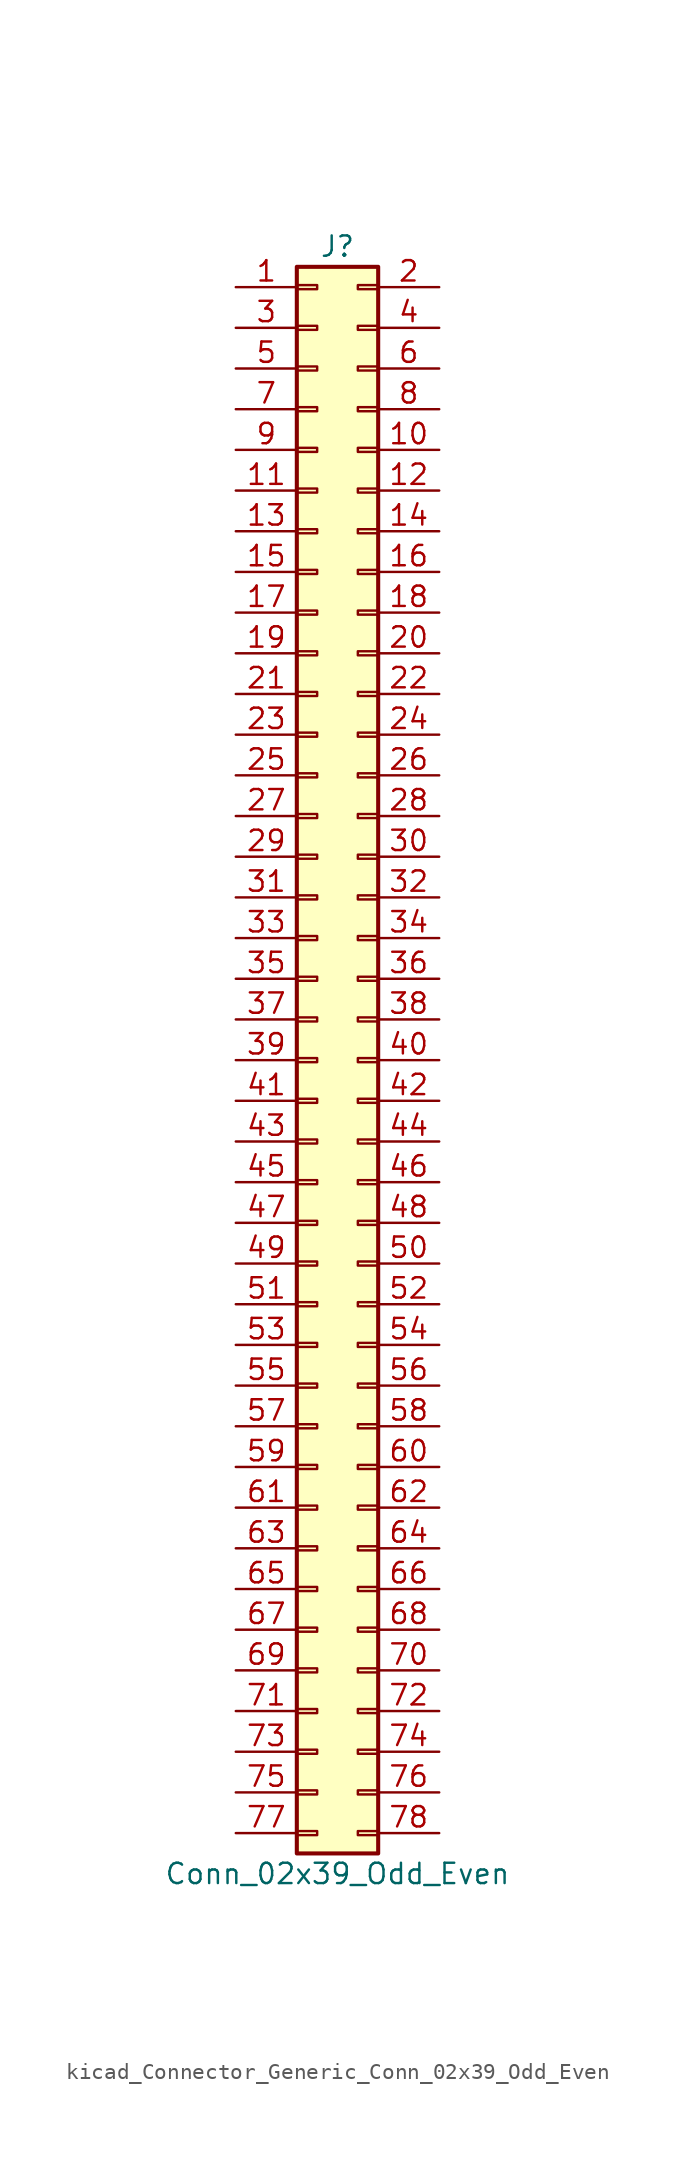
<source format=kicad_sym>
(kicad_symbol_lib
  (version 20220914)
  (generator kicad_symbol_editor)
  (symbol "kicad_Connector_Generic_Conn_02x39_Odd_Even"
    (pin_names
      (offset 1.016) hide)
    (property "Reference" "J"
      (at 1.27 50.8 0)
      (effects (font (size 1.27 1.27))))
    (property "Value" "Conn_02x39_Odd_Even"
      (at 1.27 -50.8 0)
      (effects (font (size 1.27 1.27))))
    (symbol "kicad_Connector_Generic_Conn_02x39_Odd_Even_1_1"
      (rectangle (start -1.27 -48.133) (end 0 -48.387) (stroke (width 0.152) (type default)) (fill (type none)))
      (rectangle (start -1.27 -45.593) (end 0 -45.847) (stroke (width 0.152) (type default)) (fill (type none)))
      (rectangle (start -1.27 -43.053) (end 0 -43.307) (stroke (width 0.152) (type default)) (fill (type none)))
      (rectangle (start -1.27 -40.513) (end 0 -40.767) (stroke (width 0.152) (type default)) (fill (type none)))
      (rectangle (start -1.27 -37.973) (end 0 -38.227) (stroke (width 0.152) (type default)) (fill (type none)))
      (rectangle (start -1.27 -35.433) (end 0 -35.687) (stroke (width 0.152) (type default)) (fill (type none)))
      (rectangle (start -1.27 -32.893) (end 0 -33.147) (stroke (width 0.152) (type default)) (fill (type none)))
      (rectangle (start -1.27 -30.353) (end 0 -30.607) (stroke (width 0.152) (type default)) (fill (type none)))
      (rectangle (start -1.27 -27.813) (end 0 -28.067) (stroke (width 0.152) (type default)) (fill (type none)))
      (rectangle (start -1.27 -25.273) (end 0 -25.527) (stroke (width 0.152) (type default)) (fill (type none)))
      (rectangle (start -1.27 -22.733) (end 0 -22.987) (stroke (width 0.152) (type default)) (fill (type none)))
      (rectangle (start -1.27 -20.193) (end 0 -20.447) (stroke (width 0.152) (type default)) (fill (type none)))
      (rectangle (start -1.27 -17.653) (end 0 -17.907) (stroke (width 0.152) (type default)) (fill (type none)))
      (rectangle (start -1.27 -15.113) (end 0 -15.367) (stroke (width 0.152) (type default)) (fill (type none)))
      (rectangle (start -1.27 -12.573) (end 0 -12.827) (stroke (width 0.152) (type default)) (fill (type none)))
      (rectangle (start -1.27 -10.033) (end 0 -10.287) (stroke (width 0.152) (type default)) (fill (type none)))
      (rectangle (start -1.27 -7.493) (end 0 -7.747) (stroke (width 0.152) (type default)) (fill (type none)))
      (rectangle (start -1.27 -4.953) (end 0 -5.207) (stroke (width 0.152) (type default)) (fill (type none)))
      (rectangle (start -1.27 -2.413) (end 0 -2.667) (stroke (width 0.152) (type default)) (fill (type none)))
      (rectangle (start -1.27 0.127) (end 0 -0.127) (stroke (width 0.152) (type default)) (fill (type none)))
      (rectangle (start -1.27 2.667) (end 0 2.413) (stroke (width 0.152) (type default)) (fill (type none)))
      (rectangle (start -1.27 5.207) (end 0 4.953) (stroke (width 0.152) (type default)) (fill (type none)))
      (rectangle (start -1.27 7.747) (end 0 7.493) (stroke (width 0.152) (type default)) (fill (type none)))
      (rectangle (start -1.27 10.287) (end 0 10.033) (stroke (width 0.152) (type default)) (fill (type none)))
      (rectangle (start -1.27 12.827) (end 0 12.573) (stroke (width 0.152) (type default)) (fill (type none)))
      (rectangle (start -1.27 15.367) (end 0 15.113) (stroke (width 0.152) (type default)) (fill (type none)))
      (rectangle (start -1.27 17.907) (end 0 17.653) (stroke (width 0.152) (type default)) (fill (type none)))
      (rectangle (start -1.27 20.447) (end 0 20.193) (stroke (width 0.152) (type default)) (fill (type none)))
      (rectangle (start -1.27 22.987) (end 0 22.733) (stroke (width 0.152) (type default)) (fill (type none)))
      (rectangle (start -1.27 25.527) (end 0 25.273) (stroke (width 0.152) (type default)) (fill (type none)))
      (rectangle (start -1.27 28.067) (end 0 27.813) (stroke (width 0.152) (type default)) (fill (type none)))
      (rectangle (start -1.27 30.607) (end 0 30.353) (stroke (width 0.152) (type default)) (fill (type none)))
      (rectangle (start -1.27 33.147) (end 0 32.893) (stroke (width 0.152) (type default)) (fill (type none)))
      (rectangle (start -1.27 35.687) (end 0 35.433) (stroke (width 0.152) (type default)) (fill (type none)))
      (rectangle (start -1.27 38.227) (end 0 37.973) (stroke (width 0.152) (type default)) (fill (type none)))
      (rectangle (start -1.27 40.767) (end 0 40.513) (stroke (width 0.152) (type default)) (fill (type none)))
      (rectangle (start -1.27 43.307) (end 0 43.053) (stroke (width 0.152) (type default)) (fill (type none)))
      (rectangle (start -1.27 45.847) (end 0 45.593) (stroke (width 0.152) (type default)) (fill (type none)))
      (rectangle (start -1.27 48.387) (end 0 48.133) (stroke (width 0.152) (type default)) (fill (type none)))
      (rectangle (start -1.27 49.53) (end 3.81 -49.53) (stroke (width 0.254) (type default)) (fill (type background)))
      (rectangle (start 3.81 -48.133) (end 2.54 -48.387) (stroke (width 0.152) (type default)) (fill (type none)))
      (rectangle (start 3.81 -45.593) (end 2.54 -45.847) (stroke (width 0.152) (type default)) (fill (type none)))
      (rectangle (start 3.81 -43.053) (end 2.54 -43.307) (stroke (width 0.152) (type default)) (fill (type none)))
      (rectangle (start 3.81 -40.513) (end 2.54 -40.767) (stroke (width 0.152) (type default)) (fill (type none)))
      (rectangle (start 3.81 -37.973) (end 2.54 -38.227) (stroke (width 0.152) (type default)) (fill (type none)))
      (rectangle (start 3.81 -35.433) (end 2.54 -35.687) (stroke (width 0.152) (type default)) (fill (type none)))
      (rectangle (start 3.81 -32.893) (end 2.54 -33.147) (stroke (width 0.152) (type default)) (fill (type none)))
      (rectangle (start 3.81 -30.353) (end 2.54 -30.607) (stroke (width 0.152) (type default)) (fill (type none)))
      (rectangle (start 3.81 -27.813) (end 2.54 -28.067) (stroke (width 0.152) (type default)) (fill (type none)))
      (rectangle (start 3.81 -25.273) (end 2.54 -25.527) (stroke (width 0.152) (type default)) (fill (type none)))
      (rectangle (start 3.81 -22.733) (end 2.54 -22.987) (stroke (width 0.152) (type default)) (fill (type none)))
      (rectangle (start 3.81 -20.193) (end 2.54 -20.447) (stroke (width 0.152) (type default)) (fill (type none)))
      (rectangle (start 3.81 -17.653) (end 2.54 -17.907) (stroke (width 0.152) (type default)) (fill (type none)))
      (rectangle (start 3.81 -15.113) (end 2.54 -15.367) (stroke (width 0.152) (type default)) (fill (type none)))
      (rectangle (start 3.81 -12.573) (end 2.54 -12.827) (stroke (width 0.152) (type default)) (fill (type none)))
      (rectangle (start 3.81 -10.033) (end 2.54 -10.287) (stroke (width 0.152) (type default)) (fill (type none)))
      (rectangle (start 3.81 -7.493) (end 2.54 -7.747) (stroke (width 0.152) (type default)) (fill (type none)))
      (rectangle (start 3.81 -4.953) (end 2.54 -5.207) (stroke (width 0.152) (type default)) (fill (type none)))
      (rectangle (start 3.81 -2.413) (end 2.54 -2.667) (stroke (width 0.152) (type default)) (fill (type none)))
      (rectangle (start 3.81 0.127) (end 2.54 -0.127) (stroke (width 0.152) (type default)) (fill (type none)))
      (rectangle (start 3.81 2.667) (end 2.54 2.413) (stroke (width 0.152) (type default)) (fill (type none)))
      (rectangle (start 3.81 5.207) (end 2.54 4.953) (stroke (width 0.152) (type default)) (fill (type none)))
      (rectangle (start 3.81 7.747) (end 2.54 7.493) (stroke (width 0.152) (type default)) (fill (type none)))
      (rectangle (start 3.81 10.287) (end 2.54 10.033) (stroke (width 0.152) (type default)) (fill (type none)))
      (rectangle (start 3.81 12.827) (end 2.54 12.573) (stroke (width 0.152) (type default)) (fill (type none)))
      (rectangle (start 3.81 15.367) (end 2.54 15.113) (stroke (width 0.152) (type default)) (fill (type none)))
      (rectangle (start 3.81 17.907) (end 2.54 17.653) (stroke (width 0.152) (type default)) (fill (type none)))
      (rectangle (start 3.81 20.447) (end 2.54 20.193) (stroke (width 0.152) (type default)) (fill (type none)))
      (rectangle (start 3.81 22.987) (end 2.54 22.733) (stroke (width 0.152) (type default)) (fill (type none)))
      (rectangle (start 3.81 25.527) (end 2.54 25.273) (stroke (width 0.152) (type default)) (fill (type none)))
      (rectangle (start 3.81 28.067) (end 2.54 27.813) (stroke (width 0.152) (type default)) (fill (type none)))
      (rectangle (start 3.81 30.607) (end 2.54 30.353) (stroke (width 0.152) (type default)) (fill (type none)))
      (rectangle (start 3.81 33.147) (end 2.54 32.893) (stroke (width 0.152) (type default)) (fill (type none)))
      (rectangle (start 3.81 35.687) (end 2.54 35.433) (stroke (width 0.152) (type default)) (fill (type none)))
      (rectangle (start 3.81 38.227) (end 2.54 37.973) (stroke (width 0.152) (type default)) (fill (type none)))
      (rectangle (start 3.81 40.767) (end 2.54 40.513) (stroke (width 0.152) (type default)) (fill (type none)))
      (rectangle (start 3.81 43.307) (end 2.54 43.053) (stroke (width 0.152) (type default)) (fill (type none)))
      (rectangle (start 3.81 45.847) (end 2.54 45.593) (stroke (width 0.152) (type default)) (fill (type none)))
      (rectangle (start 3.81 48.387) (end 2.54 48.133) (stroke (width 0.152) (type default)) (fill (type none)))
      (pin passive line (at -5.08 48.26 0) (length 3.81) (name "Pin_1" (effects (font (size 1.27 1.27)))) (number "1" (effects (font (size 1.27 1.27)))))
      (pin passive line (at 7.62 38.1 180) (length 3.81) (name "Pin_10" (effects (font (size 1.27 1.27)))) (number "10" (effects (font (size 1.27 1.27)))))
      (pin passive line (at -5.08 35.56 0) (length 3.81) (name "Pin_11" (effects (font (size 1.27 1.27)))) (number "11" (effects (font (size 1.27 1.27)))))
      (pin passive line (at 7.62 35.56 180) (length 3.81) (name "Pin_12" (effects (font (size 1.27 1.27)))) (number "12" (effects (font (size 1.27 1.27)))))
      (pin passive line (at -5.08 33.02 0) (length 3.81) (name "Pin_13" (effects (font (size 1.27 1.27)))) (number "13" (effects (font (size 1.27 1.27)))))
      (pin passive line (at 7.62 33.02 180) (length 3.81) (name "Pin_14" (effects (font (size 1.27 1.27)))) (number "14" (effects (font (size 1.27 1.27)))))
      (pin passive line (at -5.08 30.48 0) (length 3.81) (name "Pin_15" (effects (font (size 1.27 1.27)))) (number "15" (effects (font (size 1.27 1.27)))))
      (pin passive line (at 7.62 30.48 180) (length 3.81) (name "Pin_16" (effects (font (size 1.27 1.27)))) (number "16" (effects (font (size 1.27 1.27)))))
      (pin passive line (at -5.08 27.94 0) (length 3.81) (name "Pin_17" (effects (font (size 1.27 1.27)))) (number "17" (effects (font (size 1.27 1.27)))))
      (pin passive line (at 7.62 27.94 180) (length 3.81) (name "Pin_18" (effects (font (size 1.27 1.27)))) (number "18" (effects (font (size 1.27 1.27)))))
      (pin passive line (at -5.08 25.4 0) (length 3.81) (name "Pin_19" (effects (font (size 1.27 1.27)))) (number "19" (effects (font (size 1.27 1.27)))))
      (pin passive line (at 7.62 48.26 180) (length 3.81) (name "Pin_2" (effects (font (size 1.27 1.27)))) (number "2" (effects (font (size 1.27 1.27)))))
      (pin passive line (at 7.62 25.4 180) (length 3.81) (name "Pin_20" (effects (font (size 1.27 1.27)))) (number "20" (effects (font (size 1.27 1.27)))))
      (pin passive line (at -5.08 22.86 0) (length 3.81) (name "Pin_21" (effects (font (size 1.27 1.27)))) (number "21" (effects (font (size 1.27 1.27)))))
      (pin passive line (at 7.62 22.86 180) (length 3.81) (name "Pin_22" (effects (font (size 1.27 1.27)))) (number "22" (effects (font (size 1.27 1.27)))))
      (pin passive line (at -5.08 20.32 0) (length 3.81) (name "Pin_23" (effects (font (size 1.27 1.27)))) (number "23" (effects (font (size 1.27 1.27)))))
      (pin passive line (at 7.62 20.32 180) (length 3.81) (name "Pin_24" (effects (font (size 1.27 1.27)))) (number "24" (effects (font (size 1.27 1.27)))))
      (pin passive line (at -5.08 17.78 0) (length 3.81) (name "Pin_25" (effects (font (size 1.27 1.27)))) (number "25" (effects (font (size 1.27 1.27)))))
      (pin passive line (at 7.62 17.78 180) (length 3.81) (name "Pin_26" (effects (font (size 1.27 1.27)))) (number "26" (effects (font (size 1.27 1.27)))))
      (pin passive line (at -5.08 15.24 0) (length 3.81) (name "Pin_27" (effects (font (size 1.27 1.27)))) (number "27" (effects (font (size 1.27 1.27)))))
      (pin passive line (at 7.62 15.24 180) (length 3.81) (name "Pin_28" (effects (font (size 1.27 1.27)))) (number "28" (effects (font (size 1.27 1.27)))))
      (pin passive line (at -5.08 12.7 0) (length 3.81) (name "Pin_29" (effects (font (size 1.27 1.27)))) (number "29" (effects (font (size 1.27 1.27)))))
      (pin passive line (at -5.08 45.72 0) (length 3.81) (name "Pin_3" (effects (font (size 1.27 1.27)))) (number "3" (effects (font (size 1.27 1.27)))))
      (pin passive line (at 7.62 12.7 180) (length 3.81) (name "Pin_30" (effects (font (size 1.27 1.27)))) (number "30" (effects (font (size 1.27 1.27)))))
      (pin passive line (at -5.08 10.16 0) (length 3.81) (name "Pin_31" (effects (font (size 1.27 1.27)))) (number "31" (effects (font (size 1.27 1.27)))))
      (pin passive line (at 7.62 10.16 180) (length 3.81) (name "Pin_32" (effects (font (size 1.27 1.27)))) (number "32" (effects (font (size 1.27 1.27)))))
      (pin passive line (at -5.08 7.62 0) (length 3.81) (name "Pin_33" (effects (font (size 1.27 1.27)))) (number "33" (effects (font (size 1.27 1.27)))))
      (pin passive line (at 7.62 7.62 180) (length 3.81) (name "Pin_34" (effects (font (size 1.27 1.27)))) (number "34" (effects (font (size 1.27 1.27)))))
      (pin passive line (at -5.08 5.08 0) (length 3.81) (name "Pin_35" (effects (font (size 1.27 1.27)))) (number "35" (effects (font (size 1.27 1.27)))))
      (pin passive line (at 7.62 5.08 180) (length 3.81) (name "Pin_36" (effects (font (size 1.27 1.27)))) (number "36" (effects (font (size 1.27 1.27)))))
      (pin passive line (at -5.08 2.54 0) (length 3.81) (name "Pin_37" (effects (font (size 1.27 1.27)))) (number "37" (effects (font (size 1.27 1.27)))))
      (pin passive line (at 7.62 2.54 180) (length 3.81) (name "Pin_38" (effects (font (size 1.27 1.27)))) (number "38" (effects (font (size 1.27 1.27)))))
      (pin passive line (at -5.08 0 0) (length 3.81) (name "Pin_39" (effects (font (size 1.27 1.27)))) (number "39" (effects (font (size 1.27 1.27)))))
      (pin passive line (at 7.62 45.72 180) (length 3.81) (name "Pin_4" (effects (font (size 1.27 1.27)))) (number "4" (effects (font (size 1.27 1.27)))))
      (pin passive line (at 7.62 0 180) (length 3.81) (name "Pin_40" (effects (font (size 1.27 1.27)))) (number "40" (effects (font (size 1.27 1.27)))))
      (pin passive line (at -5.08 -2.54 0) (length 3.81) (name "Pin_41" (effects (font (size 1.27 1.27)))) (number "41" (effects (font (size 1.27 1.27)))))
      (pin passive line (at 7.62 -2.54 180) (length 3.81) (name "Pin_42" (effects (font (size 1.27 1.27)))) (number "42" (effects (font (size 1.27 1.27)))))
      (pin passive line (at -5.08 -5.08 0) (length 3.81) (name "Pin_43" (effects (font (size 1.27 1.27)))) (number "43" (effects (font (size 1.27 1.27)))))
      (pin passive line (at 7.62 -5.08 180) (length 3.81) (name "Pin_44" (effects (font (size 1.27 1.27)))) (number "44" (effects (font (size 1.27 1.27)))))
      (pin passive line (at -5.08 -7.62 0) (length 3.81) (name "Pin_45" (effects (font (size 1.27 1.27)))) (number "45" (effects (font (size 1.27 1.27)))))
      (pin passive line (at 7.62 -7.62 180) (length 3.81) (name "Pin_46" (effects (font (size 1.27 1.27)))) (number "46" (effects (font (size 1.27 1.27)))))
      (pin passive line (at -5.08 -10.16 0) (length 3.81) (name "Pin_47" (effects (font (size 1.27 1.27)))) (number "47" (effects (font (size 1.27 1.27)))))
      (pin passive line (at 7.62 -10.16 180) (length 3.81) (name "Pin_48" (effects (font (size 1.27 1.27)))) (number "48" (effects (font (size 1.27 1.27)))))
      (pin passive line (at -5.08 -12.7 0) (length 3.81) (name "Pin_49" (effects (font (size 1.27 1.27)))) (number "49" (effects (font (size 1.27 1.27)))))
      (pin passive line (at -5.08 43.18 0) (length 3.81) (name "Pin_5" (effects (font (size 1.27 1.27)))) (number "5" (effects (font (size 1.27 1.27)))))
      (pin passive line (at 7.62 -12.7 180) (length 3.81) (name "Pin_50" (effects (font (size 1.27 1.27)))) (number "50" (effects (font (size 1.27 1.27)))))
      (pin passive line (at -5.08 -15.24 0) (length 3.81) (name "Pin_51" (effects (font (size 1.27 1.27)))) (number "51" (effects (font (size 1.27 1.27)))))
      (pin passive line (at 7.62 -15.24 180) (length 3.81) (name "Pin_52" (effects (font (size 1.27 1.27)))) (number "52" (effects (font (size 1.27 1.27)))))
      (pin passive line (at -5.08 -17.78 0) (length 3.81) (name "Pin_53" (effects (font (size 1.27 1.27)))) (number "53" (effects (font (size 1.27 1.27)))))
      (pin passive line (at 7.62 -17.78 180) (length 3.81) (name "Pin_54" (effects (font (size 1.27 1.27)))) (number "54" (effects (font (size 1.27 1.27)))))
      (pin passive line (at -5.08 -20.32 0) (length 3.81) (name "Pin_55" (effects (font (size 1.27 1.27)))) (number "55" (effects (font (size 1.27 1.27)))))
      (pin passive line (at 7.62 -20.32 180) (length 3.81) (name "Pin_56" (effects (font (size 1.27 1.27)))) (number "56" (effects (font (size 1.27 1.27)))))
      (pin passive line (at -5.08 -22.86 0) (length 3.81) (name "Pin_57" (effects (font (size 1.27 1.27)))) (number "57" (effects (font (size 1.27 1.27)))))
      (pin passive line (at 7.62 -22.86 180) (length 3.81) (name "Pin_58" (effects (font (size 1.27 1.27)))) (number "58" (effects (font (size 1.27 1.27)))))
      (pin passive line (at -5.08 -25.4 0) (length 3.81) (name "Pin_59" (effects (font (size 1.27 1.27)))) (number "59" (effects (font (size 1.27 1.27)))))
      (pin passive line (at 7.62 43.18 180) (length 3.81) (name "Pin_6" (effects (font (size 1.27 1.27)))) (number "6" (effects (font (size 1.27 1.27)))))
      (pin passive line (at 7.62 -25.4 180) (length 3.81) (name "Pin_60" (effects (font (size 1.27 1.27)))) (number "60" (effects (font (size 1.27 1.27)))))
      (pin passive line (at -5.08 -27.94 0) (length 3.81) (name "Pin_61" (effects (font (size 1.27 1.27)))) (number "61" (effects (font (size 1.27 1.27)))))
      (pin passive line (at 7.62 -27.94 180) (length 3.81) (name "Pin_62" (effects (font (size 1.27 1.27)))) (number "62" (effects (font (size 1.27 1.27)))))
      (pin passive line (at -5.08 -30.48 0) (length 3.81) (name "Pin_63" (effects (font (size 1.27 1.27)))) (number "63" (effects (font (size 1.27 1.27)))))
      (pin passive line (at 7.62 -30.48 180) (length 3.81) (name "Pin_64" (effects (font (size 1.27 1.27)))) (number "64" (effects (font (size 1.27 1.27)))))
      (pin passive line (at -5.08 -33.02 0) (length 3.81) (name "Pin_65" (effects (font (size 1.27 1.27)))) (number "65" (effects (font (size 1.27 1.27)))))
      (pin passive line (at 7.62 -33.02 180) (length 3.81) (name "Pin_66" (effects (font (size 1.27 1.27)))) (number "66" (effects (font (size 1.27 1.27)))))
      (pin passive line (at -5.08 -35.56 0) (length 3.81) (name "Pin_67" (effects (font (size 1.27 1.27)))) (number "67" (effects (font (size 1.27 1.27)))))
      (pin passive line (at 7.62 -35.56 180) (length 3.81) (name "Pin_68" (effects (font (size 1.27 1.27)))) (number "68" (effects (font (size 1.27 1.27)))))
      (pin passive line (at -5.08 -38.1 0) (length 3.81) (name "Pin_69" (effects (font (size 1.27 1.27)))) (number "69" (effects (font (size 1.27 1.27)))))
      (pin passive line (at -5.08 40.64 0) (length 3.81) (name "Pin_7" (effects (font (size 1.27 1.27)))) (number "7" (effects (font (size 1.27 1.27)))))
      (pin passive line (at 7.62 -38.1 180) (length 3.81) (name "Pin_70" (effects (font (size 1.27 1.27)))) (number "70" (effects (font (size 1.27 1.27)))))
      (pin passive line (at -5.08 -40.64 0) (length 3.81) (name "Pin_71" (effects (font (size 1.27 1.27)))) (number "71" (effects (font (size 1.27 1.27)))))
      (pin passive line (at 7.62 -40.64 180) (length 3.81) (name "Pin_72" (effects (font (size 1.27 1.27)))) (number "72" (effects (font (size 1.27 1.27)))))
      (pin passive line (at -5.08 -43.18 0) (length 3.81) (name "Pin_73" (effects (font (size 1.27 1.27)))) (number "73" (effects (font (size 1.27 1.27)))))
      (pin passive line (at 7.62 -43.18 180) (length 3.81) (name "Pin_74" (effects (font (size 1.27 1.27)))) (number "74" (effects (font (size 1.27 1.27)))))
      (pin passive line (at -5.08 -45.72 0) (length 3.81) (name "Pin_75" (effects (font (size 1.27 1.27)))) (number "75" (effects (font (size 1.27 1.27)))))
      (pin passive line (at 7.62 -45.72 180) (length 3.81) (name "Pin_76" (effects (font (size 1.27 1.27)))) (number "76" (effects (font (size 1.27 1.27)))))
      (pin passive line (at -5.08 -48.26 0) (length 3.81) (name "Pin_77" (effects (font (size 1.27 1.27)))) (number "77" (effects (font (size 1.27 1.27)))))
      (pin passive line (at 7.62 -48.26 180) (length 3.81) (name "Pin_78" (effects (font (size 1.27 1.27)))) (number "78" (effects (font (size 1.27 1.27)))))
      (pin passive line (at 7.62 40.64 180) (length 3.81) (name "Pin_8" (effects (font (size 1.27 1.27)))) (number "8" (effects (font (size 1.27 1.27)))))
      (pin passive line (at -5.08 38.1 0) (length 3.81) (name "Pin_9" (effects (font (size 1.27 1.27)))) (number "9" (effects (font (size 1.27 1.27))))))))
</source>
